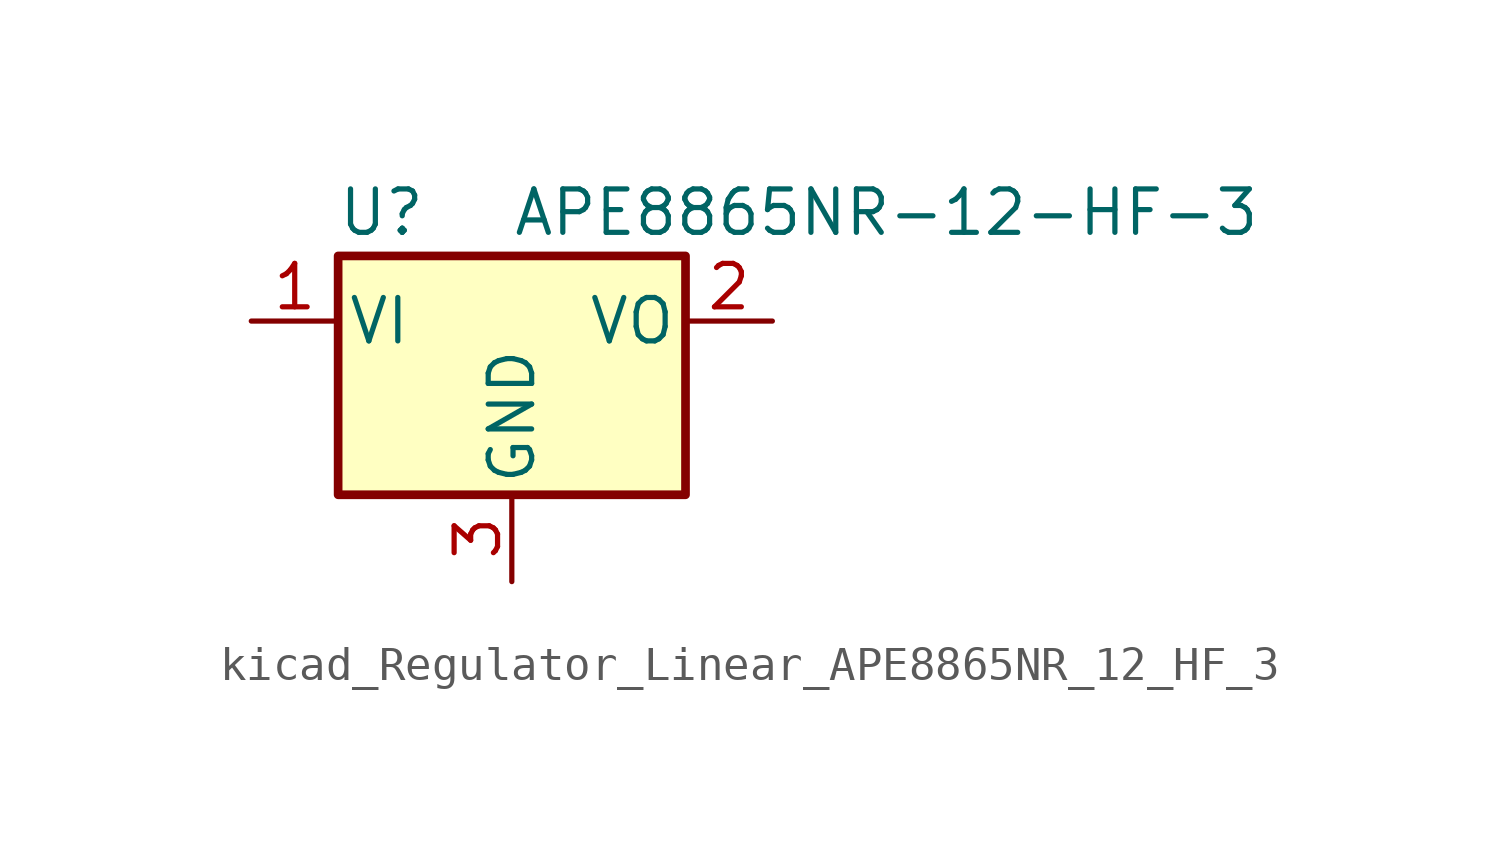
<source format=kicad_sym>
(kicad_symbol_lib
  (version 20220914)
  (generator kicad_symbol_editor)
  (symbol "kicad_Regulator_Linear_APE8865NR_12_HF_3"
    (pin_names
      (offset 0.254))
    (property "Reference" "U"
      (at -3.81 3.175 0)
      (effects (font (size 1.27 1.27))))
    (property "Value" "APE8865NR-12-HF-3"
      (at 0 3.175 0)
      (effects (font (size 1.27 1.27)) (justify left)))
    (symbol "kicad_Regulator_Linear_APE8865NR_12_HF_3_0_1"
      (rectangle (start -5.08 1.905) (end 5.08 -5.08) (stroke (width 0.254) (type default)) (fill (type background))))
    (symbol "kicad_Regulator_Linear_APE8865NR_12_HF_3_1_1"
      (pin power_in line (at -7.62 0 0) (length 2.54) (name "VI" (effects (font (size 1.27 1.27)))) (number "1" (effects (font (size 1.27 1.27)))))
      (pin power_out line (at 7.62 0 180) (length 2.54) (name "VO" (effects (font (size 1.27 1.27)))) (number "2" (effects (font (size 1.27 1.27)))))
      (pin power_in line (at 0 -7.62 90) (length 2.54) (name "GND" (effects (font (size 1.27 1.27)))) (number "3" (effects (font (size 1.27 1.27))))))))
</source>
